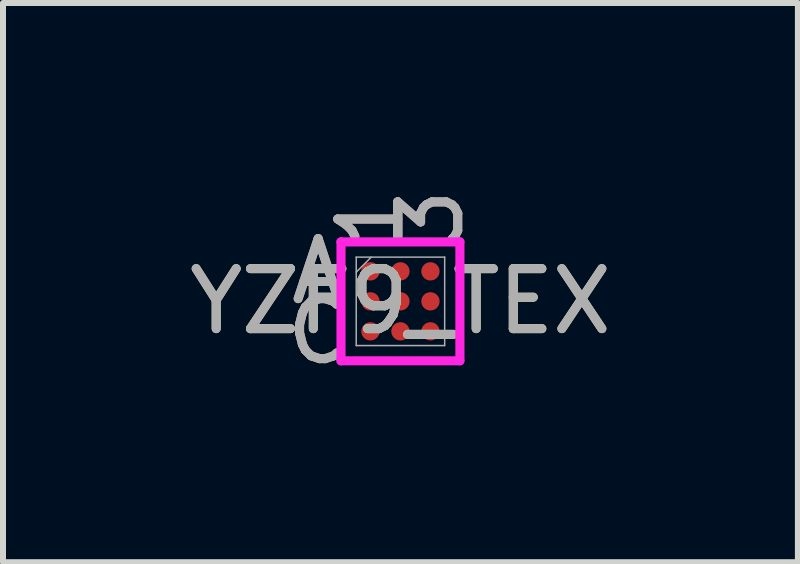
<source format=kicad_pcb>
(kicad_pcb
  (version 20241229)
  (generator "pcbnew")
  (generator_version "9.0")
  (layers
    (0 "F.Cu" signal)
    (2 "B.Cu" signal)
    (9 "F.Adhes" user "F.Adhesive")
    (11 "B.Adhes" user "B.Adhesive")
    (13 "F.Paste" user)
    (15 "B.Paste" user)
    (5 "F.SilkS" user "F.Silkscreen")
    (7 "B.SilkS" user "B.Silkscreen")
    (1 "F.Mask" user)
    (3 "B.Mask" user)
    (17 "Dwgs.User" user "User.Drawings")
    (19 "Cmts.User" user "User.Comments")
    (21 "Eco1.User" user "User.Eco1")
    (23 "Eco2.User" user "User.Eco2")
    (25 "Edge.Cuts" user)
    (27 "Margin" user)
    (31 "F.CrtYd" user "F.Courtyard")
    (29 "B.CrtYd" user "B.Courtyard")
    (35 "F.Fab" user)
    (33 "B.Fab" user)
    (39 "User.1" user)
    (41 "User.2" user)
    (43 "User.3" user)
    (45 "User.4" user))
  (footprint "YZF9_TEX"
    (layer "F.Cu")
    (at 3.625 1.973)
    (property "Reference" "YZF9_TEX" (at 0 0 0) (unlocked yes) (layer "F.SilkS") (effects (font (size 1 1) (thickness 0.15))))
    (attr smd)
    (fp_poly (pts (xy -1.194 -1.194) (xy 1.194 -1.194) (xy 1.194 1.194) (xy -1.194 1.194)) (stroke (width 0.1) (type solid)) (fill no) (layer "Eco2.User"))
    (fp_line (start -0.991 -0.991) (end 0.991 -0.991) (stroke (width 0.152) (type solid)) (layer "F.CrtYd"))
    (fp_line (start -0.991 0.991) (end -0.991 -0.991) (stroke (width 0.152) (type solid)) (layer "F.CrtYd"))
    (fp_line (start 0.991 -0.991) (end 0.991 0.991) (stroke (width 0.152) (type solid)) (layer "F.CrtYd"))
    (fp_line (start 0.991 0.991) (end -0.991 0.991) (stroke (width 0.152) (type solid)) (layer "F.CrtYd"))
    (fp_line (start -0.737 -0.737) (end -0.737 0.737) (stroke (width 0.025) (type solid)) (layer "F.Fab"))
    (fp_line (start -0.737 0.737) (end 0.737 0.737) (stroke (width 0.025) (type solid)) (layer "F.Fab"))
    (fp_line (start -0.487 -0.737) (end -0.737 -0.487) (stroke (width 0.025) (type solid)) (layer "F.Fab"))
    (fp_line (start 0.737 -0.737) (end -0.737 -0.737) (stroke (width 0.025) (type solid)) (layer "F.Fab"))
    (fp_line (start 0.737 0.737) (end 0.737 -0.737) (stroke (width 0.025) (type solid)) (layer "F.Fab"))
    (fp_text user "1" (at -0.5 -1.372 90) (unlocked yes) (layer "B.SilkS") (effects (font (size 1 1) (thickness 0.15))))
    (fp_text user "3" (at 0.5 -1.372 90) (unlocked yes) (layer "B.SilkS") (effects (font (size 1 1) (thickness 0.15))))
    (fp_text user "C" (at -1.372 0.5 0) (unlocked yes) (layer "B.SilkS") (effects (font (size 1 1) (thickness 0.15))))
    (fp_text user "A" (at -1.372 -0.5 0) (unlocked yes) (layer "B.SilkS") (effects (font (size 1 1) (thickness 0.15))))
    (fp_text user "${REFERENCE}" (at 0 0 0) (unlocked yes) (layer "F.Fab") (effects (font (size 1 1) (thickness 0.15))))
    (fp_text user "A" (at -1.372 -0.5 0) (unlocked yes) (layer "F.Fab") (effects (font (size 1 1) (thickness 0.15))))
    (fp_text user "C" (at -1.372 0.5 0) (unlocked yes) (layer "F.Fab") (effects (font (size 1 1) (thickness 0.15))))
    (fp_text user "1" (at -0.5 -1.372 90) (unlocked yes) (layer "F.Fab") (effects (font (size 1 1) (thickness 0.15))))
    (fp_text user "3" (at 0.5 -1.372 90) (unlocked yes) (layer "F.Fab") (effects (font (size 1 1) (thickness 0.15))))
    (pad "A1" smd circle (at -0.5 -0.5) (size 0.305 0.305) (layers "F.Cu" "F.Mask" "F.Paste"))
    (pad "A2" smd circle (at 0 -0.5) (size 0.305 0.305) (layers "F.Cu" "F.Mask" "F.Paste"))
    (pad "A3" smd circle (at 0.5 -0.5) (size 0.305 0.305) (layers "F.Cu" "F.Mask" "F.Paste"))
    (pad "B1" smd circle (at -0.5 0) (size 0.305 0.305) (layers "F.Cu" "F.Mask" "F.Paste"))
    (pad "B2" smd circle (at 0 0) (size 0.305 0.305) (layers "F.Cu" "F.Mask" "F.Paste"))
    (pad "B3" smd circle (at 0.5 0) (size 0.305 0.305) (layers "F.Cu" "F.Mask" "F.Paste"))
    (pad "C1" smd circle (at -0.5 0.5) (size 0.305 0.305) (layers "F.Cu" "F.Mask" "F.Paste"))
    (pad "C2" smd circle (at 0 0.5) (size 0.305 0.305) (layers "F.Cu" "F.Mask" "F.Paste"))
    (pad "C3" smd circle (at 0.5 0.5) (size 0.305 0.305) (layers "F.Cu" "F.Mask" "F.Paste")))
  (gr_rect
    (start -3 -3)
    (end 10.25 6.321)
    (stroke (width 0.1) (type default))
    (fill no)
    (layer "Edge.Cuts")))
</source>
